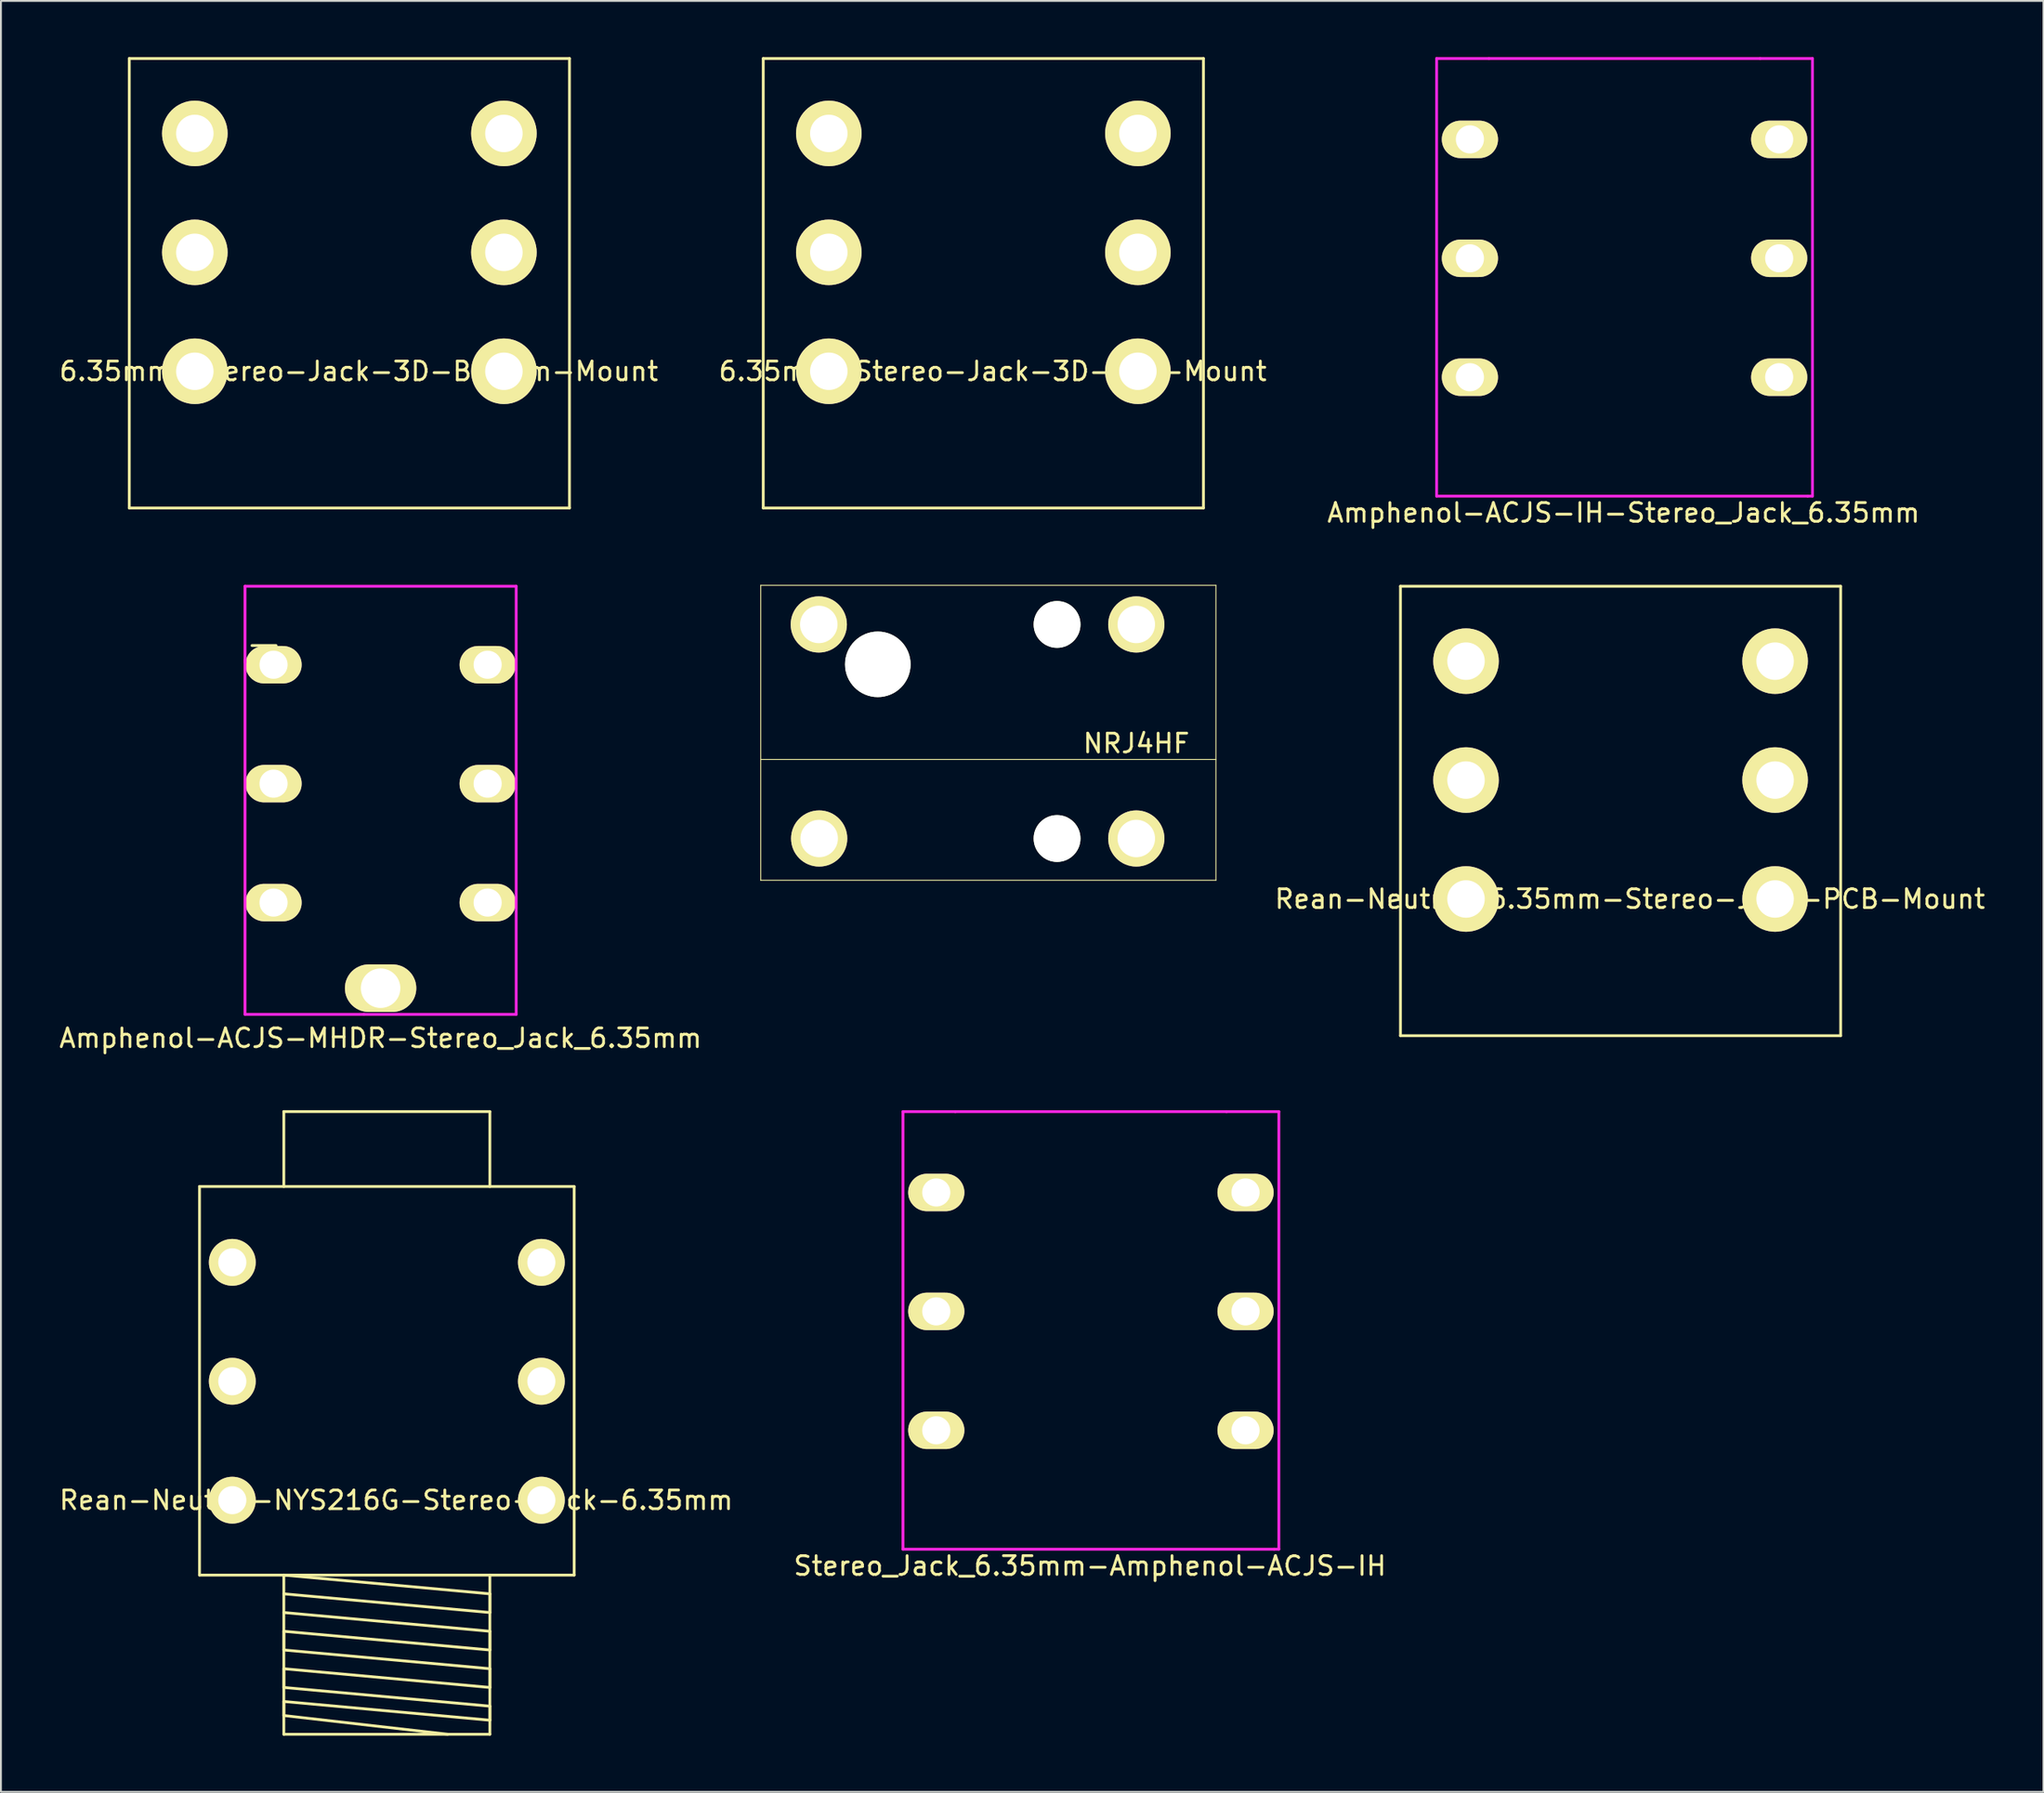
<source format=kicad_pcb>
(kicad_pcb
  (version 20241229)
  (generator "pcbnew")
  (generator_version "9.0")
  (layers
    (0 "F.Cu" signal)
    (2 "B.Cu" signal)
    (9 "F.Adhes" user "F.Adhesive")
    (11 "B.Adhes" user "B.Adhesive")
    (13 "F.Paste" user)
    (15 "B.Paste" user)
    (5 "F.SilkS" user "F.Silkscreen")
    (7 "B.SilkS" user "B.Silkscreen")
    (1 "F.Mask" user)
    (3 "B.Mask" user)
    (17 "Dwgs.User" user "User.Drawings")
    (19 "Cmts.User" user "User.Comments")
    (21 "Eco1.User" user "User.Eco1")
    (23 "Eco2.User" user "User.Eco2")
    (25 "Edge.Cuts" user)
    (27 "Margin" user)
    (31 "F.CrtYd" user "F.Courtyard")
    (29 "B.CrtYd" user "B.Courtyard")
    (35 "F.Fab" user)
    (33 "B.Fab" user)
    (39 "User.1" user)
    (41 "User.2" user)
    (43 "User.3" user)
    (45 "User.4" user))
  (footprint "6.35mm-Stereo-Jack-3D-Top-Mount"
    (layer "F.Cu")
    (at 41.196 16.775)
    (property "Reference" "6.35mm-Stereo-Jack-3D-Top-Mount" (at 8.75 0 0) (layer "F.SilkS") (effects (font (size 1 1) (thickness 0.15))))
    (attr through_hole)
    (fp_line (start -3.5 -16.7) (end -3.5 7.3) (stroke (width 0.15) (type solid)) (layer "F.SilkS"))
    (fp_line (start -3.5 -16.7) (end 20 -16.7) (stroke (width 0.15) (type solid)) (layer "F.SilkS"))
    (fp_line (start 20 -16.7) (end 20 7.3) (stroke (width 0.15) (type solid)) (layer "F.SilkS"))
    (fp_line (start 20 7.3) (end -3.5 7.3) (stroke (width 0.15) (type solid)) (layer "F.SilkS"))
    (pad "1" thru_hole circle (at 0 0) (size 3.5 3.5) (drill 2) (layers "*.Cu" "*.Mask" "F.SilkS"))
    (pad "2" thru_hole circle (at 0 -6.35) (size 3.5 3.5) (drill 2) (layers "*.Cu" "*.Mask" "F.SilkS"))
    (pad "3" thru_hole circle (at 0 -12.7) (size 3.5 3.5) (drill 2) (layers "*.Cu" "*.Mask" "F.SilkS"))
    (pad "4" thru_hole circle (at 16.5 0) (size 3.5 3.5) (drill 2) (layers "*.Cu" "*.Mask" "F.SilkS"))
    (pad "5" thru_hole circle (at 16.5 -6.35) (size 3.5 3.5) (drill 2) (layers "*.Cu" "*.Mask" "F.SilkS"))
    (pad "6" thru_hole circle (at 16.5 -12.7) (size 3.5 3.5) (drill 2) (layers "*.Cu" "*.Mask" "F.SilkS")))
  (footprint "Rean-Neutrik-6.35mm-Stereo-Jack-PCB-Mount"
    (layer "F.Cu")
    (at 75.213 44.955)
    (property "Reference" "Rean-Neutrik-6.35mm-Stereo-Jack-PCB-Mount" (at 8.75 0 0) (layer "F.SilkS") (effects (font (size 1 1) (thickness 0.15))))
    (attr through_hole)
    (fp_line (start -3.5 -16.7) (end -3.5 7.3) (stroke (width 0.15) (type solid)) (layer "F.SilkS"))
    (fp_line (start -3.5 -16.7) (end 20 -16.7) (stroke (width 0.15) (type solid)) (layer "F.SilkS"))
    (fp_line (start 20 -16.7) (end 20 7.3) (stroke (width 0.15) (type solid)) (layer "F.SilkS"))
    (fp_line (start 20 7.3) (end -3.5 7.3) (stroke (width 0.15) (type solid)) (layer "F.SilkS"))
    (pad "1" thru_hole circle (at 0 0) (size 3.5 3.5) (drill 2) (layers "*.Cu" "*.Mask" "F.SilkS"))
    (pad "2" thru_hole circle (at 0 -6.35) (size 3.5 3.5) (drill 2) (layers "*.Cu" "*.Mask" "F.SilkS"))
    (pad "3" thru_hole circle (at 0 -12.7) (size 3.5 3.5) (drill 2) (layers "*.Cu" "*.Mask" "F.SilkS"))
    (pad "4" thru_hole circle (at 16.5 0) (size 3.5 3.5) (drill 2) (layers "*.Cu" "*.Mask" "F.SilkS"))
    (pad "5" thru_hole circle (at 16.5 -6.35) (size 3.5 3.5) (drill 2) (layers "*.Cu" "*.Mask" "F.SilkS"))
    (pad "6" thru_hole circle (at 16.5 -12.7) (size 3.5 3.5) (drill 2) (layers "*.Cu" "*.Mask" "F.SilkS")))
  (footprint "6.35mm-Stereo-Jack-3D-Bottom-Mount"
    (layer "F.Cu")
    (at 7.351 16.775)
    (property "Reference" "6.35mm-Stereo-Jack-3D-Bottom-Mount" (at 8.75 0 0) (layer "F.SilkS") (effects (font (size 1 1) (thickness 0.15))))
    (attr through_hole)
    (fp_line (start -3.5 -16.7) (end -3.5 7.3) (stroke (width 0.15) (type solid)) (layer "F.SilkS"))
    (fp_line (start -3.5 -16.7) (end 20 -16.7) (stroke (width 0.15) (type solid)) (layer "F.SilkS"))
    (fp_line (start 20 -16.7) (end 20 7.3) (stroke (width 0.15) (type solid)) (layer "F.SilkS"))
    (fp_line (start 20 7.3) (end -3.5 7.3) (stroke (width 0.15) (type solid)) (layer "F.SilkS"))
    (pad "1" thru_hole circle (at 0 0) (size 3.5 3.5) (drill 2) (layers "*.Cu" "*.Mask" "F.SilkS"))
    (pad "2" thru_hole circle (at 0 -6.35) (size 3.5 3.5) (drill 2) (layers "*.Cu" "*.Mask" "F.SilkS"))
    (pad "3" thru_hole circle (at 0 -12.7) (size 3.5 3.5) (drill 2) (layers "*.Cu" "*.Mask" "F.SilkS"))
    (pad "4" thru_hole circle (at 16.5 0) (size 3.5 3.5) (drill 2) (layers "*.Cu" "*.Mask" "F.SilkS"))
    (pad "5" thru_hole circle (at 16.5 -6.35) (size 3.5 3.5) (drill 2) (layers "*.Cu" "*.Mask" "F.SilkS"))
    (pad "6" thru_hole circle (at 16.5 -12.7) (size 3.5 3.5) (drill 2) (layers "*.Cu" "*.Mask" "F.SilkS")))
  (footprint "Rean-Neutrik-NYS216G-Stereo-Jack-6.35mm"
    (layer "F.Cu")
    (at 9.351 77.058)
    (property "Reference" "Rean-Neutrik-NYS216G-Stereo-Jack-6.35mm" (at 8.75 0 0) (layer "F.SilkS") (effects (font (size 1 1) (thickness 0.15))))
    (attr through_hole)
    (fp_line (start -1.75 -16.75) (end -1.75 4) (stroke (width 0.15) (type solid)) (layer "F.SilkS"))
    (fp_line (start -1.75 -16.75) (end 18.25 -16.75) (stroke (width 0.15) (type solid)) (layer "F.SilkS"))
    (fp_line (start -1.75 4) (end 18.25 4) (stroke (width 0.15) (type solid)) (layer "F.SilkS"))
    (fp_line (start 2.75 -16.75) (end 2.75 -20.75) (stroke (width 0.15) (type solid)) (layer "F.SilkS"))
    (fp_line (start 2.75 4) (end 2.75 12.5) (stroke (width 0.15) (type solid)) (layer "F.SilkS"))
    (fp_line (start 2.75 4) (end 13.75 5) (stroke (width 0.15) (type solid)) (layer "F.SilkS"))
    (fp_line (start 2.75 6) (end 13.75 7) (stroke (width 0.15) (type solid)) (layer "F.SilkS"))
    (fp_line (start 2.75 7) (end 2.75 8) (stroke (width 0.15) (type solid)) (layer "F.SilkS"))
    (fp_line (start 2.75 8) (end 13.75 9) (stroke (width 0.15) (type solid)) (layer "F.SilkS"))
    (fp_line (start 2.75 9) (end 2.75 10) (stroke (width 0.15) (type solid)) (layer "F.SilkS"))
    (fp_line (start 2.75 10) (end 13.75 11) (stroke (width 0.15) (type solid)) (layer "F.SilkS"))
    (fp_line (start 2.75 10.75) (end 2.75 11.5) (stroke (width 0.15) (type solid)) (layer "F.SilkS"))
    (fp_line (start 2.75 11.5) (end 11.5 12.5) (stroke (width 0.15) (type solid)) (layer "F.SilkS"))
    (fp_line (start 2.75 12.5) (end 13.75 12.5) (stroke (width 0.15) (type solid)) (layer "F.SilkS"))
    (fp_line (start 13.75 -20.75) (end 2.75 -20.75) (stroke (width 0.15) (type solid)) (layer "F.SilkS"))
    (fp_line (start 13.75 -20.75) (end 13.75 -16.75) (stroke (width 0.15) (type solid)) (layer "F.SilkS"))
    (fp_line (start 13.75 5) (end 13.75 6) (stroke (width 0.15) (type solid)) (layer "F.SilkS"))
    (fp_line (start 13.75 6) (end 2.75 5) (stroke (width 0.15) (type solid)) (layer "F.SilkS"))
    (fp_line (start 13.75 7) (end 13.75 8) (stroke (width 0.15) (type solid)) (layer "F.SilkS"))
    (fp_line (start 13.75 8) (end 2.75 7) (stroke (width 0.15) (type solid)) (layer "F.SilkS"))
    (fp_line (start 13.75 9) (end 13.75 10) (stroke (width 0.15) (type solid)) (layer "F.SilkS"))
    (fp_line (start 13.75 10) (end 2.75 9) (stroke (width 0.15) (type solid)) (layer "F.SilkS"))
    (fp_line (start 13.75 11) (end 13.75 11.75) (stroke (width 0.15) (type solid)) (layer "F.SilkS"))
    (fp_line (start 13.75 11.75) (end 2.75 10.75) (stroke (width 0.15) (type solid)) (layer "F.SilkS"))
    (fp_line (start 13.75 12.5) (end 13.75 4) (stroke (width 0.15) (type solid)) (layer "F.SilkS"))
    (fp_line (start 18.25 4) (end 18.25 -16.75) (stroke (width 0.15) (type solid)) (layer "F.SilkS"))
    (pad "1" thru_hole circle (at 0 -12.7) (size 2.5 2.5) (drill 1.5) (layers "*.Cu" "*.Mask" "F.SilkS"))
    (pad "2" thru_hole circle (at 0 -6.35) (size 2.5 2.5) (drill 1.5) (layers "*.Cu" "*.Mask" "F.SilkS"))
    (pad "3" thru_hole circle (at 0 0) (size 2.5 2.5) (drill 1.5) (layers "*.Cu" "*.Mask" "F.SilkS"))
    (pad "4" thru_hole circle (at 16.5 -12.7) (size 2.5 2.5) (drill 1.5) (layers "*.Cu" "*.Mask" "F.SilkS"))
    (pad "5" thru_hole circle (at 16.5 -6.35) (size 2.5 2.5) (drill 1.5) (layers "*.Cu" "*.Mask" "F.SilkS"))
    (pad "6" thru_hole circle (at 16.5 0) (size 2.5 2.5) (drill 1.5) (layers "*.Cu" "*.Mask" "F.SilkS")))
  (footprint "Stereo_Jack_6.35mm-Amphenol-ACJS-IH"
    (layer "F.Cu")
    (at 49.422 60.627)
    (property "Reference" "Stereo_Jack_6.35mm-Amphenol-ACJS-IH" (at 5.715 19.939 0) (layer "F.SilkS") (effects (font (size 1 1) (thickness 0.15))))
    (attr through_hole)
    (fp_line (start -4.267 -4.318) (end -1.473 -4.318) (stroke (width 0.15) (type solid)) (layer "F.CrtYd"))
    (fp_line (start -4.267 19.05) (end -4.267 -4.318) (stroke (width 0.15) (type solid)) (layer "F.CrtYd"))
    (fp_line (start -1.473 -4.318) (end 13.005 -4.318) (stroke (width 0.15) (type solid)) (layer "F.CrtYd"))
    (fp_line (start 13.005 -4.318) (end 15.799 -4.318) (stroke (width 0.15) (type solid)) (layer "F.CrtYd"))
    (fp_line (start 15.545 19.05) (end -4.267 19.05) (stroke (width 0.15) (type solid)) (layer "F.CrtYd"))
    (fp_line (start 15.799 -4.318) (end 15.799 19.05) (stroke (width 0.15) (type solid)) (layer "F.CrtYd"))
    (fp_line (start 15.799 19.05) (end 15.545 19.05) (stroke (width 0.15) (type solid)) (layer "F.CrtYd"))
    (pad "1" thru_hole oval (at -2.489 0) (size 3 2) (drill 1.5) (layers "*.Cu" "*.Mask" "F.SilkS"))
    (pad "2" thru_hole oval (at -2.489 6.35) (size 3 2) (drill 1.5) (layers "*.Cu" "*.Mask" "F.SilkS"))
    (pad "3" thru_hole oval (at -2.489 12.7) (size 3 2) (drill 1.5) (layers "*.Cu" "*.Mask" "F.SilkS"))
    (pad "4" thru_hole oval (at 14.021 0) (size 3 2) (drill 1.5) (layers "*.Cu" "*.Mask" "F.SilkS"))
    (pad "5" thru_hole oval (at 14.021 6.35) (size 3 2) (drill 1.5) (layers "*.Cu" "*.Mask" "F.SilkS"))
    (pad "6" thru_hole oval (at 14.021 12.7) (size 3 2) (drill 1.5) (layers "*.Cu" "*.Mask" "F.SilkS")))
  (footprint "Amphenol-ACJS-IH-Stereo_Jack_6.35mm"
    (layer "F.Cu")
    (at 77.91 4.393)
    (property "Reference" "Amphenol-ACJS-IH-Stereo_Jack_6.35mm" (at 5.715 19.939 0) (layer "F.SilkS") (effects (font (size 1 1) (thickness 0.15))))
    (attr through_hole)
    (fp_line (start -4.267 -4.318) (end -1.473 -4.318) (stroke (width 0.15) (type solid)) (layer "F.CrtYd"))
    (fp_line (start -4.267 19.05) (end -4.267 -4.318) (stroke (width 0.15) (type solid)) (layer "F.CrtYd"))
    (fp_line (start -1.473 -4.318) (end 13.005 -4.318) (stroke (width 0.15) (type solid)) (layer "F.CrtYd"))
    (fp_line (start 13.005 -4.318) (end 15.799 -4.318) (stroke (width 0.15) (type solid)) (layer "F.CrtYd"))
    (fp_line (start 15.545 19.05) (end -4.267 19.05) (stroke (width 0.15) (type solid)) (layer "F.CrtYd"))
    (fp_line (start 15.799 -4.318) (end 15.799 19.05) (stroke (width 0.15) (type solid)) (layer "F.CrtYd"))
    (fp_line (start 15.799 19.05) (end 15.545 19.05) (stroke (width 0.15) (type solid)) (layer "F.CrtYd"))
    (pad "1" thru_hole oval (at -2.489 0) (size 3 2) (drill 1.5) (layers "*.Cu" "*.Mask" "F.SilkS"))
    (pad "2" thru_hole oval (at -2.489 6.35) (size 3 2) (drill 1.5) (layers "*.Cu" "*.Mask" "F.SilkS"))
    (pad "3" thru_hole oval (at -2.489 12.7) (size 3 2) (drill 1.5) (layers "*.Cu" "*.Mask" "F.SilkS"))
    (pad "4" thru_hole oval (at 14.021 0) (size 3 2) (drill 1.5) (layers "*.Cu" "*.Mask" "F.SilkS"))
    (pad "5" thru_hole oval (at 14.021 6.35) (size 3 2) (drill 1.5) (layers "*.Cu" "*.Mask" "F.SilkS"))
    (pad "6" thru_hole oval (at 14.021 12.7) (size 3 2) (drill 1.5) (layers "*.Cu" "*.Mask" "F.SilkS")))
  (footprint "NRJ4HF"
    (layer "F.Cu")
    (at 41.051 30.065)
    (property "Reference" "NRJ4HF" (at 16.56 6.58 0) (layer "F.SilkS") (effects (font (size 1 1) (thickness 0.15))))
    (attr through_hole)
    (fp_line (start -3.49 13.89) (end -3.49 -1.86) (stroke (width 0.05) (type solid)) (layer "F.SilkS"))
    (fp_line (start 20.81 -1.86) (end -3.49 -1.86) (stroke (width 0.05) (type solid)) (layer "F.SilkS"))
    (fp_line (start 20.81 -1.86) (end 20.81 13.89) (stroke (width 0.05) (type solid)) (layer "F.SilkS"))
    (fp_line (start 20.81 7.44) (end -3.49 7.44) (stroke (width 0.05) (type solid)) (layer "F.SilkS"))
    (fp_line (start 20.81 13.89) (end -3.49 13.89) (stroke (width 0.05) (type solid)) (layer "F.SilkS"))
    (pad "" np_thru_hole circle (at 2.76 2.36) (size 3.5 3.5) (drill 3.5) (layers "*.Cu" "*.Mask" "F.SilkS"))
    (pad "" np_thru_hole circle (at 12.33 0.23) (size 2.5 2.5) (drill 2.5) (layers "*.Cu" "*.Mask" "F.SilkS"))
    (pad "" np_thru_hole circle (at 12.33 11.66) (size 2.5 2.5) (drill 2.5) (layers "*.Cu" "*.Mask" "F.SilkS"))
    (pad "S" thru_hole circle (at 16.56 0.23) (size 3 3) (drill 2) (layers "*.Cu" "*.Mask" "F.SilkS"))
    (pad "SN" thru_hole circle (at 16.56 11.66) (size 3 3) (drill 2) (layers "*.Cu" "*.Mask" "F.SilkS"))
    (pad "T" thru_hole circle (at -0.39 0.23) (size 3 3) (drill 2) (layers "*.Cu" "*.Mask" "F.SilkS"))
    (pad "TN" thru_hole circle (at -0.37 11.66) (size 3 3) (drill 2) (layers "*.Cu" "*.Mask" "F.SilkS")))
  (footprint "Amphenol-ACJS-MHDR-Stereo_Jack_6.35mm"
    (layer "F.Cu")
    (at 11.553 32.446)
    (property "Reference" "Amphenol-ACJS-MHDR-Stereo_Jack_6.35mm" (at 5.715 19.939 0) (layer "F.SilkS") (effects (font (size 1 1) (thickness 0.15))))
    (attr through_hole)
    (fp_line (start 0.135 -1.025) (end -1.15 -1.025) (stroke (width 0.15) (type solid)) (layer "F.SilkS"))
    (fp_line (start -1.524 -4.191) (end 12.954 -4.191) (stroke (width 0.15) (type solid)) (layer "F.CrtYd"))
    (fp_line (start -1.524 -0.127) (end -1.524 -4.191) (stroke (width 0.15) (type solid)) (layer "F.CrtYd"))
    (fp_line (start -1.524 18.669) (end -1.524 -0.254) (stroke (width 0.15) (type solid)) (layer "F.CrtYd"))
    (fp_line (start 4.826 18.669) (end -1.524 18.669) (stroke (width 0.15) (type solid)) (layer "F.CrtYd"))
    (fp_line (start 12.954 -4.191) (end 12.954 18.669) (stroke (width 0.15) (type solid)) (layer "F.CrtYd"))
    (fp_line (start 12.954 18.669) (end 4.826 18.669) (stroke (width 0.15) (type solid)) (layer "F.CrtYd"))
    (pad "1" thru_hole oval (at 0 0) (size 3 2) (drill 1.5) (layers "*.Cu" "*.Mask" "F.SilkS"))
    (pad "2" thru_hole oval (at 0 6.35) (size 3 2) (drill 1.5) (layers "*.Cu" "*.Mask" "F.SilkS"))
    (pad "3" thru_hole oval (at 0 12.7) (size 3 2) (drill 1.5) (layers "*.Cu" "*.Mask" "F.SilkS"))
    (pad "4" thru_hole oval (at 11.43 0) (size 3 2) (drill 1.5) (layers "*.Cu" "*.Mask" "F.SilkS"))
    (pad "5" thru_hole oval (at 11.43 6.35) (size 3 2) (drill 1.5) (layers "*.Cu" "*.Mask" "F.SilkS"))
    (pad "6" thru_hole oval (at 11.43 12.7) (size 3 2) (drill 1.5) (layers "*.Cu" "*.Mask" "F.SilkS"))
    (pad "7" thru_hole oval (at 5.715 17.272) (size 3.81 2.54) (drill 2.108) (layers "*.Cu" "*.Mask" "F.SilkS")))
  (gr_rect
    (start -3 -3)
    (end 106.04 92.633)
    (stroke (width 0.1) (type default))
    (fill no)
    (layer "Edge.Cuts")))
</source>
